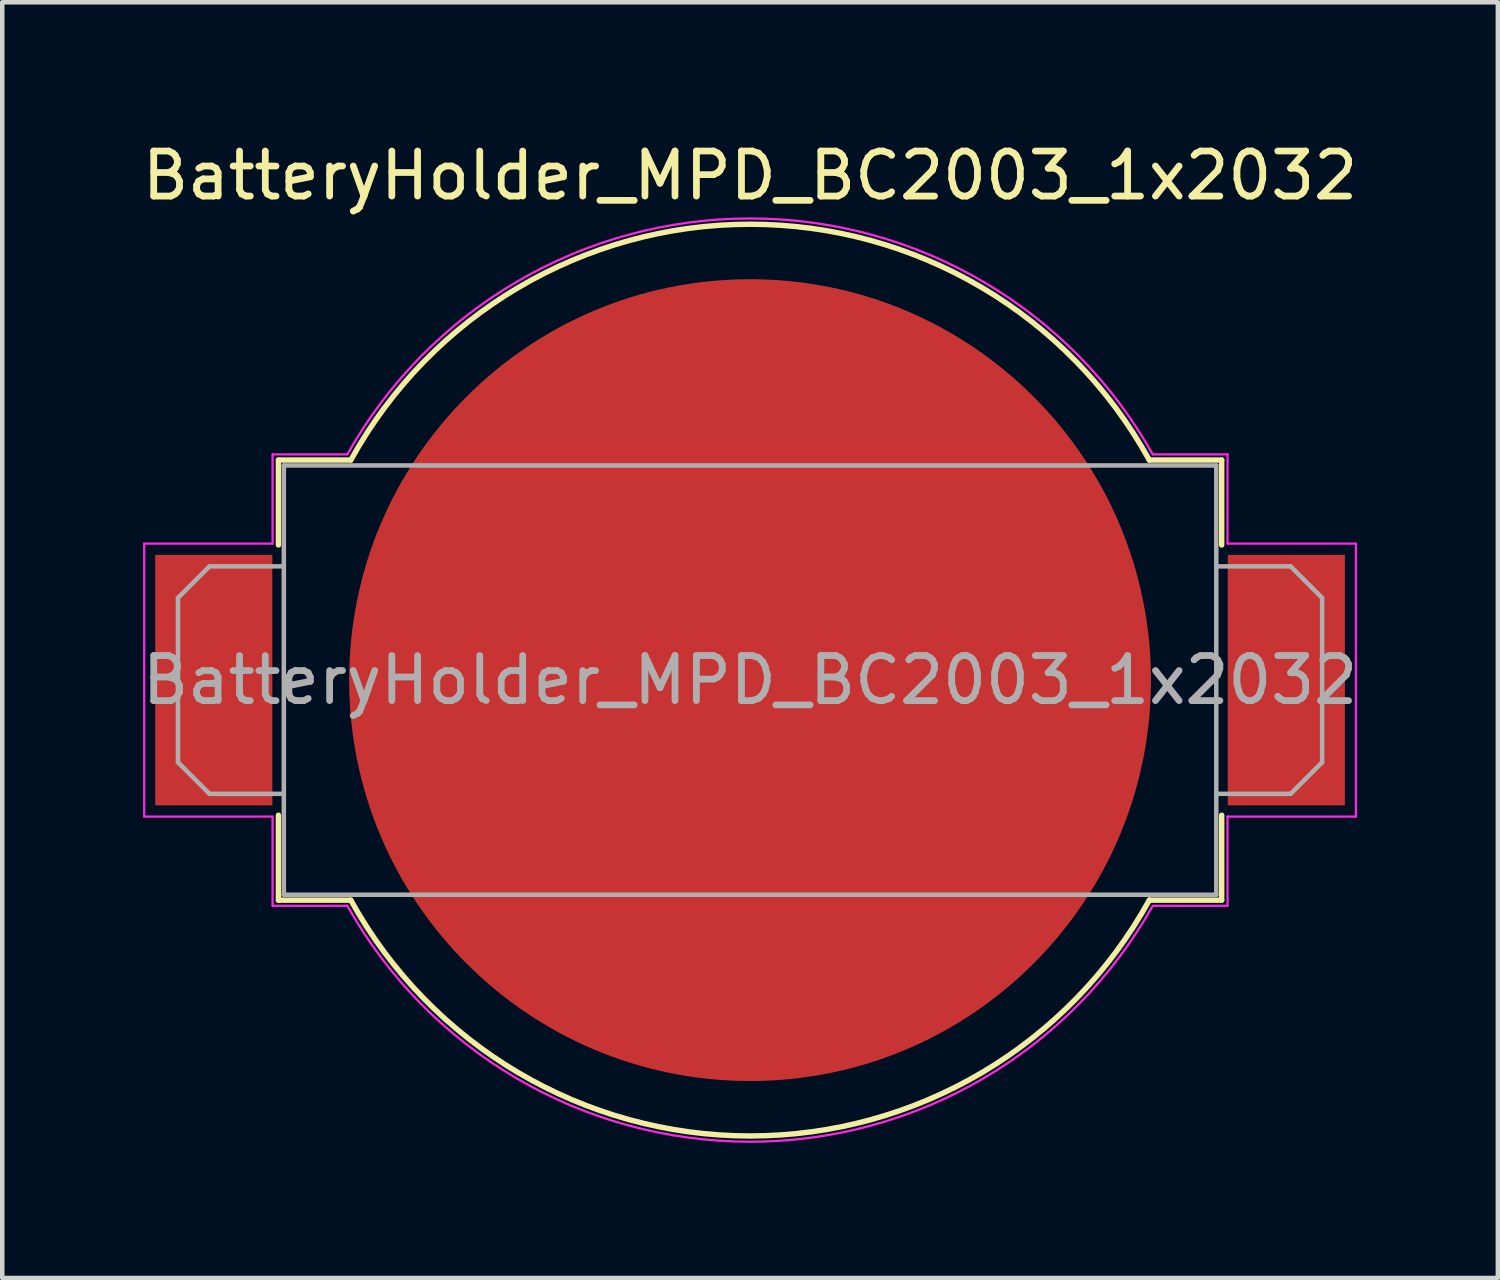
<source format=kicad_pcb>
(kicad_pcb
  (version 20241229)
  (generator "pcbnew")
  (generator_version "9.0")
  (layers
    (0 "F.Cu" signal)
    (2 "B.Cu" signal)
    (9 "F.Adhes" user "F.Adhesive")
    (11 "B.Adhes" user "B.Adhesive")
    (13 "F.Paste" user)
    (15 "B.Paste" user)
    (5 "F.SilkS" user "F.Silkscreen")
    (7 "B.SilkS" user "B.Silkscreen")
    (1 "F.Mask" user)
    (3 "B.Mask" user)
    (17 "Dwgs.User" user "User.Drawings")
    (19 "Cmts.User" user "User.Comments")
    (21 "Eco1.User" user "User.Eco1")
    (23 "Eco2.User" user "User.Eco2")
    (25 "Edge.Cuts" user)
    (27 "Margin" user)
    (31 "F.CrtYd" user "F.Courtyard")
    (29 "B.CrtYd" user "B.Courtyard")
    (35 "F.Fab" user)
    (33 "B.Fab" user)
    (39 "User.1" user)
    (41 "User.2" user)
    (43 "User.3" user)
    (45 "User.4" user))
  (footprint "BatteryHolder_MPD_BC2003_1x2032"
    (layer "F.Cu")
    (at 13.601 12.048)
    (property "Reference" "BatteryHolder_MPD_BC2003_1x2032" (at 0 -11.2 0) (layer "F.SilkS") (effects (font (size 1 1) (thickness 0.15))))
    (attr smd)
    (fp_line (start -10.47 -4.885) (end -8.863 -4.885) (stroke (width 0.12) (type solid)) (layer "F.SilkS"))
    (fp_line (start -10.47 -3) (end -10.47 -4.885) (stroke (width 0.12) (type solid)) (layer "F.SilkS"))
    (fp_line (start -10.47 3) (end -10.47 4.885) (stroke (width 0.12) (type solid)) (layer "F.SilkS"))
    (fp_line (start -10.47 4.885) (end -8.863 4.885) (stroke (width 0.12) (type solid)) (layer "F.SilkS"))
    (fp_line (start 10.47 -4.885) (end 8.863 -4.885) (stroke (width 0.12) (type solid)) (layer "F.SilkS"))
    (fp_line (start 10.47 -3) (end 10.47 -4.885) (stroke (width 0.12) (type solid)) (layer "F.SilkS"))
    (fp_line (start 10.47 3) (end 10.47 4.885) (stroke (width 0.12) (type solid)) (layer "F.SilkS"))
    (fp_line (start 10.47 4.885) (end 8.863 4.885) (stroke (width 0.12) (type solid)) (layer "F.SilkS"))
    (fp_arc (start -8.86291 -4.885) (mid 0 -10.12) (end 8.86291 -4.885) (stroke (width 0.12) (type solid)) (layer "F.SilkS"))
    (fp_arc (start 8.865021 4.881168) (mid 0.002187 10.12) (end -8.86291 4.885) (stroke (width 0.12) (type solid)) (layer "F.SilkS"))
    (fp_line (start -13.45 -3.03) (end -13.45 3.03) (stroke (width 0.05) (type solid)) (layer "F.CrtYd"))
    (fp_line (start -13.45 3.03) (end -10.6 3.03) (stroke (width 0.05) (type solid)) (layer "F.CrtYd"))
    (fp_line (start -10.6 -5.01) (end -10.6 -3.03) (stroke (width 0.05) (type solid)) (layer "F.CrtYd"))
    (fp_line (start -10.6 -3.03) (end -13.45 -3.03) (stroke (width 0.05) (type solid)) (layer "F.CrtYd"))
    (fp_line (start -10.6 5.01) (end -10.6 3.03) (stroke (width 0.05) (type solid)) (layer "F.CrtYd"))
    (fp_line (start -10.6 5.01) (end -8.94 5.01) (stroke (width 0.05) (type solid)) (layer "F.CrtYd"))
    (fp_line (start -8.94 -5.01) (end -10.6 -5.01) (stroke (width 0.05) (type solid)) (layer "F.CrtYd"))
    (fp_line (start 8.94 -5.01) (end 10.6 -5.01) (stroke (width 0.05) (type solid)) (layer "F.CrtYd"))
    (fp_line (start 8.94 5.01) (end 10.6 5.01) (stroke (width 0.05) (type solid)) (layer "F.CrtYd"))
    (fp_line (start 10.6 -5.01) (end 10.6 -3.03) (stroke (width 0.05) (type solid)) (layer "F.CrtYd"))
    (fp_line (start 10.6 -3.03) (end 13.45 -3.03) (stroke (width 0.05) (type solid)) (layer "F.CrtYd"))
    (fp_line (start 10.6 3.03) (end 13.45 3.03) (stroke (width 0.05) (type solid)) (layer "F.CrtYd"))
    (fp_line (start 10.6 5.01) (end 10.6 3.03) (stroke (width 0.05) (type solid)) (layer "F.CrtYd"))
    (fp_line (start 13.45 -3.03) (end 13.45 3.03) (stroke (width 0.05) (type solid)) (layer "F.CrtYd"))
    (fp_arc (start -8.934116 -5.020486) (mid 0.006012 -10.248106) (end 8.94 -5.01) (stroke (width 0.05) (type solid)) (layer "F.CrtYd"))
    (fp_arc (start 8.92534 5.036071) (mid -0.014955 10.248096) (end -8.94 5.01) (stroke (width 0.05) (type solid)) (layer "F.CrtYd"))
    (fp_line (start -12.7 -1.825) (end -12.7 1.825) (stroke (width 0.1) (type solid)) (layer "F.Fab"))
    (fp_line (start -12.7 -1.825) (end -12 -2.525) (stroke (width 0.1) (type solid)) (layer "F.Fab"))
    (fp_line (start -12.7 1.825) (end -12 2.525) (stroke (width 0.1) (type solid)) (layer "F.Fab"))
    (fp_line (start -10.35 -4.765) (end 10.35 -4.765) (stroke (width 0.1) (type solid)) (layer "F.Fab"))
    (fp_line (start -10.35 -2.525) (end -12 -2.525) (stroke (width 0.1) (type solid)) (layer "F.Fab"))
    (fp_line (start -10.35 2.525) (end -12 2.525) (stroke (width 0.1) (type solid)) (layer "F.Fab"))
    (fp_line (start -10.35 4.765) (end -10.35 -4.765) (stroke (width 0.1) (type solid)) (layer "F.Fab"))
    (fp_line (start -10.35 4.765) (end 10.35 4.765) (stroke (width 0.1) (type solid)) (layer "F.Fab"))
    (fp_line (start 10.35 -2.525) (end 12 -2.525) (stroke (width 0.1) (type solid)) (layer "F.Fab"))
    (fp_line (start 10.35 2.525) (end 12 2.525) (stroke (width 0.1) (type solid)) (layer "F.Fab"))
    (fp_line (start 10.35 4.765) (end 10.35 -4.765) (stroke (width 0.1) (type solid)) (layer "F.Fab"))
    (fp_line (start 12.7 -1.825) (end 12 -2.525) (stroke (width 0.1) (type solid)) (layer "F.Fab"))
    (fp_line (start 12.7 -1.825) (end 12.7 1.825) (stroke (width 0.1) (type solid)) (layer "F.Fab"))
    (fp_line (start 12.7 1.825) (end 12 2.525) (stroke (width 0.1) (type solid)) (layer "F.Fab"))
    (fp_text user "${REFERENCE}" (at 0 0 0) (layer "F.Fab") (effects (font (size 1 1) (thickness 0.15))))
    (pad "1" smd rect (at -11.905 0) (size 2.6 5.56) (layers "F.Cu" "F.Mask" "F.Paste"))
    (pad "1" smd rect (at 11.905 0) (size 2.6 5.56) (layers "F.Cu" "F.Mask" "F.Paste"))
    (pad "2" smd circle (at 0 0) (size 17.8 17.8) (layers "F.Cu" "F.Mask")))
  (gr_rect
    (start -3 -3)
    (end 30.202 25.321)
    (stroke (width 0.1) (type default))
    (fill no)
    (layer "Edge.Cuts")))
</source>
